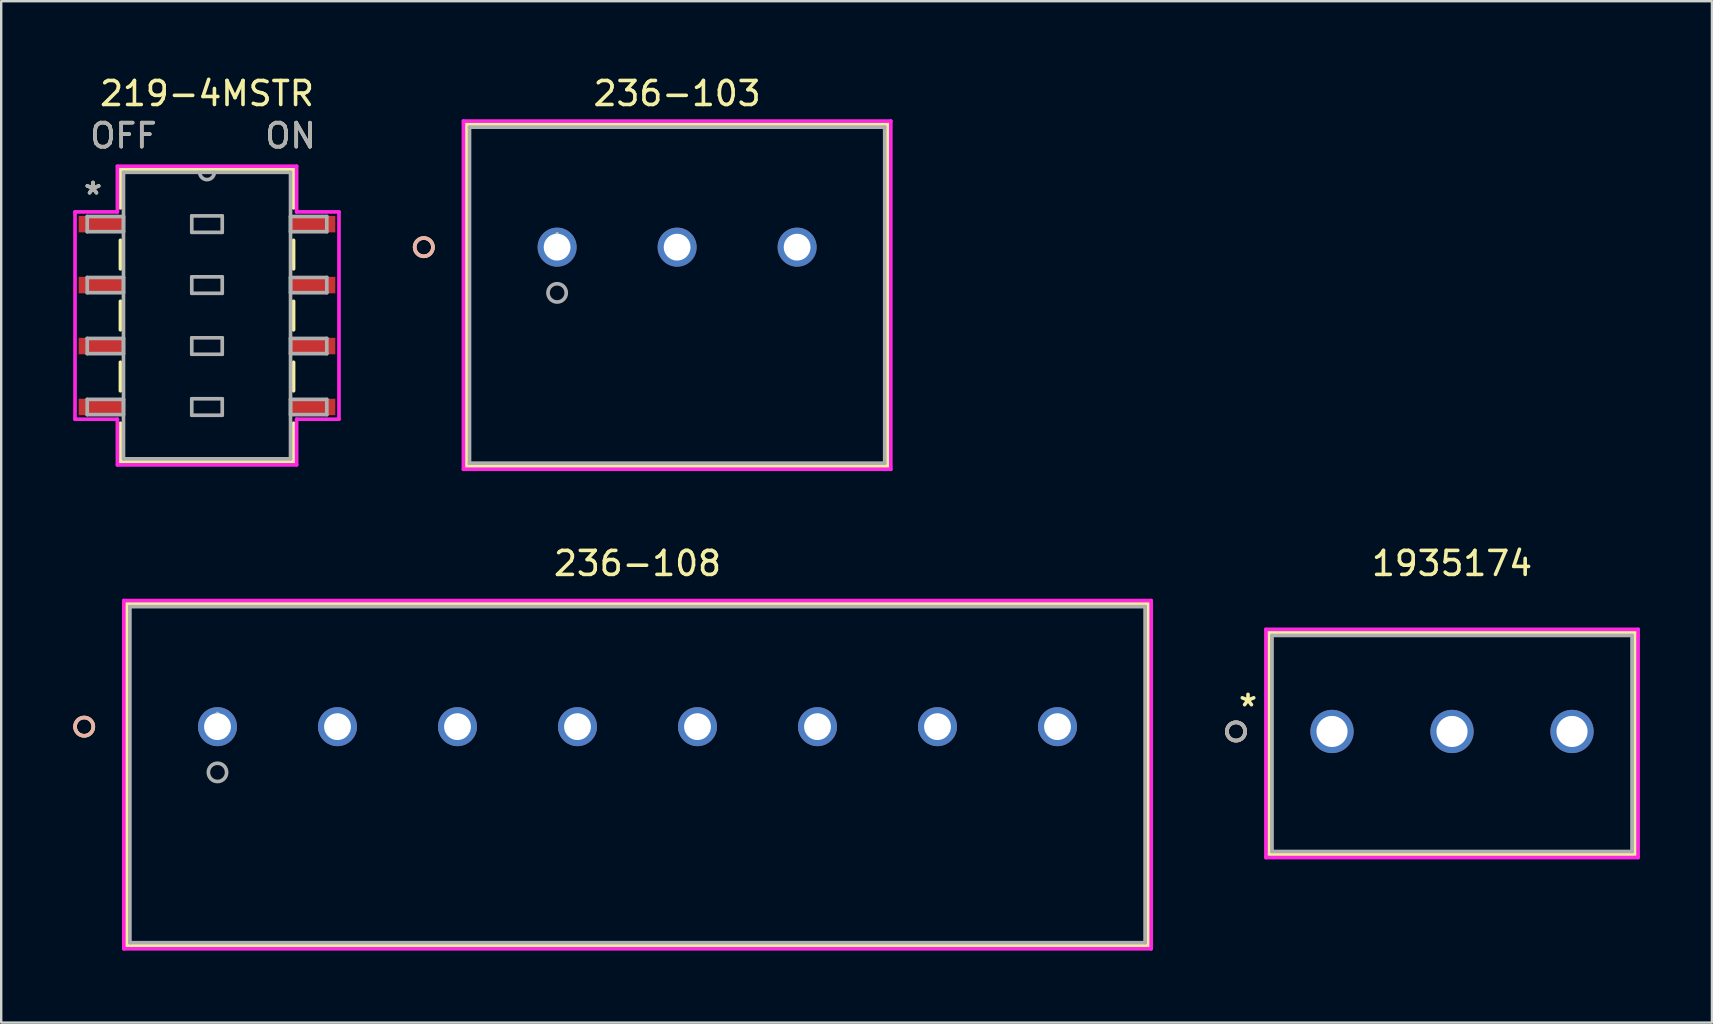
<source format=kicad_pcb>
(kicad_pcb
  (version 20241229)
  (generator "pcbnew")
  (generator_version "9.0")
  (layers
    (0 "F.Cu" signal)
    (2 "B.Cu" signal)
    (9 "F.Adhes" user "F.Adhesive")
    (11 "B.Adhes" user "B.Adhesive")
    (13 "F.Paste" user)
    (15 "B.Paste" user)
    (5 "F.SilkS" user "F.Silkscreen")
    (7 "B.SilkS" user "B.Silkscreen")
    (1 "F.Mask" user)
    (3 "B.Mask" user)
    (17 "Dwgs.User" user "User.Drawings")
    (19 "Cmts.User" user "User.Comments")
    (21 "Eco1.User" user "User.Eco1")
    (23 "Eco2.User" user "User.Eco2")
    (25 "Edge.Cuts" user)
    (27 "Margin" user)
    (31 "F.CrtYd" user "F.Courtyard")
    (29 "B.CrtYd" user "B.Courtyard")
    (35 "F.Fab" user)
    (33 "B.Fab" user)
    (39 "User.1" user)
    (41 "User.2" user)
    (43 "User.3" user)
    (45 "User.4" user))
  (footprint "1935174"
    (layer "F.Cu")
    (at 52.45 27.427)
    (property "Reference" "1935174" (at 5 -7 0) (layer "F.SilkS") (effects (font (size 1 1) (thickness 0.15))))
    (attr through_hole)
    (fp_line (start -2.627 -4.127) (end -2.627 5.127) (stroke (width 0.152) (type solid)) (layer "F.SilkS"))
    (fp_line (start -2.627 5.127) (end 12.627 5.127) (stroke (width 0.152) (type solid)) (layer "F.SilkS"))
    (fp_line (start 12.627 -4.127) (end -2.627 -4.127) (stroke (width 0.152) (type solid)) (layer "F.SilkS"))
    (fp_line (start 12.627 5.127) (end 12.627 -4.127) (stroke (width 0.152) (type solid)) (layer "F.SilkS"))
    (fp_circle (center -4 0) (end -3.619 0) (stroke (width 0.152) (type solid)) (fill no) (layer "F.SilkS"))
    (fp_circle (center -4 0) (end -3.619 0) (stroke (width 0.152) (type solid)) (fill no) (layer "B.SilkS"))
    (fp_line (start -2.754 -4.254) (end -2.754 5.254) (stroke (width 0.152) (type solid)) (layer "F.CrtYd"))
    (fp_line (start -2.754 5.254) (end 12.754 5.254) (stroke (width 0.152) (type solid)) (layer "F.CrtYd"))
    (fp_line (start 12.754 -4.254) (end -2.754 -4.254) (stroke (width 0.152) (type solid)) (layer "F.CrtYd"))
    (fp_line (start 12.754 5.254) (end 12.754 -4.254) (stroke (width 0.152) (type solid)) (layer "F.CrtYd"))
    (fp_line (start -2.5 -4) (end -2.5 5) (stroke (width 0.152) (type solid)) (layer "F.Fab"))
    (fp_line (start -2.5 5) (end 12.5 5) (stroke (width 0.152) (type solid)) (layer "F.Fab"))
    (fp_line (start 12.5 -4) (end -2.5 -4) (stroke (width 0.152) (type solid)) (layer "F.Fab"))
    (fp_line (start 12.5 5) (end 12.5 -4) (stroke (width 0.152) (type solid)) (layer "F.Fab"))
    (fp_circle (center -4 0) (end -3.619 0) (stroke (width 0.152) (type solid)) (fill no) (layer "F.Fab"))
    (fp_text user "*" (at -3.5 -1 0) (layer "F.SilkS") (effects (font (size 1 1) (thickness 0.15))))
    (fp_text user "Copyright 2016 Accelerated Designs. All rights reserved." (at 0 0 0) (layer "Cmts.User") (effects (font (size 0.127 0.127) (thickness 0.002))))
    (fp_text user "*" (at 0 0 0) (layer "F.Fab") (effects (font (size 1 1) (thickness 0.15))))
    (pad "1" thru_hole circle (at 0 0) (size 1.803 1.803) (drill 1.295) (layers "*.Cu" "*.Mask"))
    (pad "2" thru_hole circle (at 5 0) (size 1.803 1.803) (drill 1.295) (layers "*.Cu" "*.Mask"))
    (pad "3" thru_hole circle (at 10 0) (size 1.803 1.803) (drill 1.295) (layers "*.Cu" "*.Mask")))
  (footprint "236-103"
    (layer "F.Cu")
    (at 20.163 7.248)
    (property "Reference" "236-103" (at 5 -6.4 0) (layer "F.SilkS") (effects (font (size 1 1) (thickness 0.15))))
    (attr through_hole)
    (fp_line (start -3.777 -5.127) (end -3.777 9.127) (stroke (width 0.152) (type solid)) (layer "F.SilkS"))
    (fp_line (start -3.777 9.127) (end 13.777 9.127) (stroke (width 0.152) (type solid)) (layer "F.SilkS"))
    (fp_line (start 13.777 -5.127) (end -3.777 -5.127) (stroke (width 0.152) (type solid)) (layer "F.SilkS"))
    (fp_line (start 13.777 9.127) (end 13.777 -5.127) (stroke (width 0.152) (type solid)) (layer "F.SilkS"))
    (fp_circle (center -5.555 0) (end -5.174 0) (stroke (width 0.152) (type solid)) (fill no) (layer "F.SilkS"))
    (fp_circle (center -5.555 0) (end -5.174 0) (stroke (width 0.152) (type solid)) (fill no) (layer "B.SilkS"))
    (fp_line (start -3.904 -5.254) (end -3.904 9.254) (stroke (width 0.152) (type solid)) (layer "F.CrtYd"))
    (fp_line (start -3.904 9.254) (end 13.904 9.254) (stroke (width 0.152) (type solid)) (layer "F.CrtYd"))
    (fp_line (start 13.904 -5.254) (end -3.904 -5.254) (stroke (width 0.152) (type solid)) (layer "F.CrtYd"))
    (fp_line (start 13.904 9.254) (end 13.904 -5.254) (stroke (width 0.152) (type solid)) (layer "F.CrtYd"))
    (fp_line (start -3.65 -5) (end -3.65 9) (stroke (width 0.152) (type solid)) (layer "F.Fab"))
    (fp_line (start -3.65 9) (end 13.65 9) (stroke (width 0.152) (type solid)) (layer "F.Fab"))
    (fp_line (start 13.65 -5) (end -3.65 -5) (stroke (width 0.152) (type solid)) (layer "F.Fab"))
    (fp_line (start 13.65 9) (end 13.65 -5) (stroke (width 0.152) (type solid)) (layer "F.Fab"))
    (fp_circle (center 0 1.905) (end 0.381 1.905) (stroke (width 0.152) (type solid)) (fill no) (layer "F.Fab"))
    (fp_text user "*" (at 0 0 0) (layer "F.SilkS") (effects (font (size 1 1) (thickness 0.15))))
    (fp_text user "Copyright 2016 Accelerated Designs. All rights reserved." (at 0 0 0) (layer "Cmts.User") (effects (font (size 0.127 0.127) (thickness 0.002))))
    (fp_text user "*" (at 0 0 0) (layer "F.Fab") (effects (font (size 1 1) (thickness 0.15))))
    (pad "1" thru_hole circle (at 0 0) (size 1.626 1.626) (drill 1.118) (layers "*.Cu" "*.Mask"))
    (pad "2" thru_hole circle (at 5 0) (size 1.626 1.626) (drill 1.118) (layers "*.Cu" "*.Mask"))
    (pad "3" thru_hole circle (at 10 0) (size 1.626 1.626) (drill 1.118) (layers "*.Cu" "*.Mask")))
  (footprint "219-4MSTR"
    (layer "F.Cu")
    (at 5.575 10.098)
    (property "Reference" "219-4MSTR" (at 0 -9.25 0) (layer "F.SilkS") (effects (font (size 1 1) (thickness 0.15))))
    (attr through_hole)
    (fp_line (start -3.607 -6.096) (end -3.607 -4.486) (stroke (width 0.152) (type solid)) (layer "F.SilkS"))
    (fp_line (start -3.607 -3.134) (end -3.607 -1.946) (stroke (width 0.152) (type solid)) (layer "F.SilkS"))
    (fp_line (start -3.607 -0.594) (end -3.607 0.594) (stroke (width 0.152) (type solid)) (layer "F.SilkS"))
    (fp_line (start -3.607 1.946) (end -3.607 3.134) (stroke (width 0.152) (type solid)) (layer "F.SilkS"))
    (fp_line (start -3.607 4.486) (end -3.607 6.096) (stroke (width 0.152) (type solid)) (layer "F.SilkS"))
    (fp_line (start -3.607 6.096) (end 3.607 6.096) (stroke (width 0.152) (type solid)) (layer "F.SilkS"))
    (fp_line (start 3.607 -6.096) (end -3.607 -6.096) (stroke (width 0.152) (type solid)) (layer "F.SilkS"))
    (fp_line (start 3.607 -4.486) (end 3.607 -6.096) (stroke (width 0.152) (type solid)) (layer "F.SilkS"))
    (fp_line (start 3.607 -1.946) (end 3.607 -3.134) (stroke (width 0.152) (type solid)) (layer "F.SilkS"))
    (fp_line (start 3.607 0.594) (end 3.607 -0.594) (stroke (width 0.152) (type solid)) (layer "F.SilkS"))
    (fp_line (start 3.607 3.134) (end 3.607 1.946) (stroke (width 0.152) (type solid)) (layer "F.SilkS"))
    (fp_line (start 3.607 6.096) (end 3.607 4.486) (stroke (width 0.152) (type solid)) (layer "F.SilkS"))
    (fp_line (start -5.499 -4.318) (end -3.734 -4.318) (stroke (width 0.152) (type solid)) (layer "F.CrtYd"))
    (fp_line (start -5.499 4.318) (end -5.499 -4.318) (stroke (width 0.152) (type solid)) (layer "F.CrtYd"))
    (fp_line (start -3.734 -6.223) (end 3.734 -6.223) (stroke (width 0.152) (type solid)) (layer "F.CrtYd"))
    (fp_line (start -3.734 -4.318) (end -3.734 -6.223) (stroke (width 0.152) (type solid)) (layer "F.CrtYd"))
    (fp_line (start -3.734 4.318) (end -5.499 4.318) (stroke (width 0.152) (type solid)) (layer "F.CrtYd"))
    (fp_line (start -3.734 6.223) (end -3.734 4.318) (stroke (width 0.152) (type solid)) (layer "F.CrtYd"))
    (fp_line (start 3.734 -6.223) (end 3.734 -4.318) (stroke (width 0.152) (type solid)) (layer "F.CrtYd"))
    (fp_line (start 3.734 -4.318) (end 5.499 -4.318) (stroke (width 0.152) (type solid)) (layer "F.CrtYd"))
    (fp_line (start 3.734 4.318) (end 3.734 6.223) (stroke (width 0.152) (type solid)) (layer "F.CrtYd"))
    (fp_line (start 3.734 6.223) (end -3.734 6.223) (stroke (width 0.152) (type solid)) (layer "F.CrtYd"))
    (fp_line (start 5.499 -4.318) (end 5.499 4.318) (stroke (width 0.152) (type solid)) (layer "F.CrtYd"))
    (fp_line (start 5.499 4.318) (end 3.734 4.318) (stroke (width 0.152) (type solid)) (layer "F.CrtYd"))
    (fp_line (start -4.991 -4.128) (end -4.991 -3.493) (stroke (width 0.152) (type solid)) (layer "F.Fab"))
    (fp_line (start -4.991 -3.493) (end -3.48 -3.493) (stroke (width 0.152) (type solid)) (layer "F.Fab"))
    (fp_line (start -4.991 -1.587) (end -4.991 -0.953) (stroke (width 0.152) (type solid)) (layer "F.Fab"))
    (fp_line (start -4.991 -0.953) (end -3.48 -0.953) (stroke (width 0.152) (type solid)) (layer "F.Fab"))
    (fp_line (start -4.991 0.953) (end -4.991 1.587) (stroke (width 0.152) (type solid)) (layer "F.Fab"))
    (fp_line (start -4.991 1.587) (end -3.48 1.587) (stroke (width 0.152) (type solid)) (layer "F.Fab"))
    (fp_line (start -4.991 3.493) (end -4.991 4.128) (stroke (width 0.152) (type solid)) (layer "F.Fab"))
    (fp_line (start -4.991 4.128) (end -3.48 4.128) (stroke (width 0.152) (type solid)) (layer "F.Fab"))
    (fp_line (start -3.48 -5.969) (end -3.48 5.969) (stroke (width 0.152) (type solid)) (layer "F.Fab"))
    (fp_line (start -3.48 -4.128) (end -4.991 -4.128) (stroke (width 0.152) (type solid)) (layer "F.Fab"))
    (fp_line (start -3.48 -3.493) (end -3.48 -4.128) (stroke (width 0.152) (type solid)) (layer "F.Fab"))
    (fp_line (start -3.48 -1.587) (end -4.991 -1.587) (stroke (width 0.152) (type solid)) (layer "F.Fab"))
    (fp_line (start -3.48 -0.953) (end -3.48 -1.587) (stroke (width 0.152) (type solid)) (layer "F.Fab"))
    (fp_line (start -3.48 0.953) (end -4.991 0.953) (stroke (width 0.152) (type solid)) (layer "F.Fab"))
    (fp_line (start -3.48 1.587) (end -3.48 0.953) (stroke (width 0.152) (type solid)) (layer "F.Fab"))
    (fp_line (start -3.48 3.493) (end -4.991 3.493) (stroke (width 0.152) (type solid)) (layer "F.Fab"))
    (fp_line (start -3.48 4.128) (end -3.48 3.493) (stroke (width 0.152) (type solid)) (layer "F.Fab"))
    (fp_line (start -3.48 5.969) (end 3.48 5.969) (stroke (width 0.152) (type solid)) (layer "F.Fab"))
    (fp_line (start -0.635 -4.153) (end 0.635 -4.153) (stroke (width 0.152) (type solid)) (layer "F.Fab"))
    (fp_line (start -0.635 -3.467) (end -0.635 -4.153) (stroke (width 0.152) (type solid)) (layer "F.Fab"))
    (fp_line (start -0.635 -1.613) (end 0.635 -1.613) (stroke (width 0.152) (type solid)) (layer "F.Fab"))
    (fp_line (start -0.635 -0.927) (end -0.635 -1.613) (stroke (width 0.152) (type solid)) (layer "F.Fab"))
    (fp_line (start -0.635 0.927) (end 0.635 0.927) (stroke (width 0.152) (type solid)) (layer "F.Fab"))
    (fp_line (start -0.635 1.613) (end -0.635 0.927) (stroke (width 0.152) (type solid)) (layer "F.Fab"))
    (fp_line (start -0.635 3.467) (end 0.635 3.467) (stroke (width 0.152) (type solid)) (layer "F.Fab"))
    (fp_line (start -0.635 4.153) (end -0.635 3.467) (stroke (width 0.152) (type solid)) (layer "F.Fab"))
    (fp_line (start 0.635 -4.153) (end 0.635 -3.467) (stroke (width 0.152) (type solid)) (layer "F.Fab"))
    (fp_line (start 0.635 -3.467) (end -0.635 -3.467) (stroke (width 0.152) (type solid)) (layer "F.Fab"))
    (fp_line (start 0.635 -1.613) (end 0.635 -0.927) (stroke (width 0.152) (type solid)) (layer "F.Fab"))
    (fp_line (start 0.635 -0.927) (end -0.635 -0.927) (stroke (width 0.152) (type solid)) (layer "F.Fab"))
    (fp_line (start 0.635 0.927) (end 0.635 1.613) (stroke (width 0.152) (type solid)) (layer "F.Fab"))
    (fp_line (start 0.635 1.613) (end -0.635 1.613) (stroke (width 0.152) (type solid)) (layer "F.Fab"))
    (fp_line (start 0.635 3.467) (end 0.635 4.153) (stroke (width 0.152) (type solid)) (layer "F.Fab"))
    (fp_line (start 0.635 4.153) (end -0.635 4.153) (stroke (width 0.152) (type solid)) (layer "F.Fab"))
    (fp_line (start 3.48 -5.969) (end -3.48 -5.969) (stroke (width 0.152) (type solid)) (layer "F.Fab"))
    (fp_line (start 3.48 -4.128) (end 3.48 -3.493) (stroke (width 0.152) (type solid)) (layer "F.Fab"))
    (fp_line (start 3.48 -3.493) (end 4.991 -3.493) (stroke (width 0.152) (type solid)) (layer "F.Fab"))
    (fp_line (start 3.48 -1.587) (end 3.48 -0.953) (stroke (width 0.152) (type solid)) (layer "F.Fab"))
    (fp_line (start 3.48 -0.953) (end 4.991 -0.953) (stroke (width 0.152) (type solid)) (layer "F.Fab"))
    (fp_line (start 3.48 0.953) (end 3.48 1.587) (stroke (width 0.152) (type solid)) (layer "F.Fab"))
    (fp_line (start 3.48 1.587) (end 4.991 1.587) (stroke (width 0.152) (type solid)) (layer "F.Fab"))
    (fp_line (start 3.48 3.493) (end 3.48 4.128) (stroke (width 0.152) (type solid)) (layer "F.Fab"))
    (fp_line (start 3.48 4.128) (end 4.991 4.128) (stroke (width 0.152) (type solid)) (layer "F.Fab"))
    (fp_line (start 3.48 5.969) (end 3.48 -5.969) (stroke (width 0.152) (type solid)) (layer "F.Fab"))
    (fp_line (start 4.991 -4.128) (end 3.48 -4.128) (stroke (width 0.152) (type solid)) (layer "F.Fab"))
    (fp_line (start 4.991 -3.493) (end 4.991 -4.128) (stroke (width 0.152) (type solid)) (layer "F.Fab"))
    (fp_line (start 4.991 -1.587) (end 3.48 -1.587) (stroke (width 0.152) (type solid)) (layer "F.Fab"))
    (fp_line (start 4.991 -0.953) (end 4.991 -1.587) (stroke (width 0.152) (type solid)) (layer "F.Fab"))
    (fp_line (start 4.991 0.953) (end 3.48 0.953) (stroke (width 0.152) (type solid)) (layer "F.Fab"))
    (fp_line (start 4.991 1.587) (end 4.991 0.953) (stroke (width 0.152) (type solid)) (layer "F.Fab"))
    (fp_line (start 4.991 3.493) (end 3.48 3.493) (stroke (width 0.152) (type solid)) (layer "F.Fab"))
    (fp_line (start 4.991 4.128) (end 4.991 3.493) (stroke (width 0.152) (type solid)) (layer "F.Fab"))
    (fp_arc (start 0.3048 -5.969) (mid 0 -5.6642) (end -0.3048 -5.969) (stroke (width 0.1524) (type solid)) (layer "F.Fab"))
    (fp_text user "OFF" (at -3.48 -7.493 0) (layer "F.SilkS") (effects (font (size 1 1) (thickness 0.15))))
    (fp_text user "ON" (at 3.48 -7.493 0) (layer "F.SilkS") (effects (font (size 1 1) (thickness 0.15))))
    (fp_text user "*" (at -4.75 -5 0) (layer "F.SilkS") (effects (font (size 1 1) (thickness 0.15))))
    (fp_text user "ON" (at 3.48 -7.493 0) (layer "F.Fab") (effects (font (size 1 1) (thickness 0.15))))
    (fp_text user "*" (at -4.75 -5 0) (layer "F.Fab") (effects (font (size 1 1) (thickness 0.15))))
    (fp_text user "OFF" (at -3.48 -7.493 0) (layer "F.Fab") (effects (font (size 1 1) (thickness 0.15))))
    (pad "1" smd rect (at -4.445 -3.81) (size 1.803 0.686) (layers "F.Cu" "F.Mask" "F.Paste"))
    (pad "2" smd rect (at -4.445 -1.27) (size 1.803 0.686) (layers "F.Cu" "F.Mask" "F.Paste"))
    (pad "3" smd rect (at -4.445 1.27) (size 1.803 0.686) (layers "F.Cu" "F.Mask" "F.Paste"))
    (pad "4" smd rect (at -4.445 3.81) (size 1.803 0.686) (layers "F.Cu" "F.Mask" "F.Paste"))
    (pad "5" smd rect (at 4.445 3.81) (size 1.803 0.686) (layers "F.Cu" "F.Mask" "F.Paste"))
    (pad "6" smd rect (at 4.445 1.27) (size 1.803 0.686) (layers "F.Cu" "F.Mask" "F.Paste"))
    (pad "7" smd rect (at 4.445 -1.27) (size 1.803 0.686) (layers "F.Cu" "F.Mask" "F.Paste"))
    (pad "8" smd rect (at 4.445 -3.81) (size 1.803 0.686) (layers "F.Cu" "F.Mask" "F.Paste")))
  (footprint "236-108"
    (layer "F.Cu")
    (at 6.012 27.227)
    (property "Reference" "236-108" (at 17.5 -6.8 0) (layer "F.SilkS") (effects (font (size 1 1) (thickness 0.15))))
    (attr through_hole)
    (fp_line (start -3.777 -5.127) (end -3.777 9.127) (stroke (width 0.152) (type solid)) (layer "F.SilkS"))
    (fp_line (start -3.777 9.127) (end 38.777 9.127) (stroke (width 0.152) (type solid)) (layer "F.SilkS"))
    (fp_line (start 38.777 -5.127) (end -3.777 -5.127) (stroke (width 0.152) (type solid)) (layer "F.SilkS"))
    (fp_line (start 38.777 9.127) (end 38.777 -5.127) (stroke (width 0.152) (type solid)) (layer "F.SilkS"))
    (fp_circle (center -5.555 0) (end -5.174 0) (stroke (width 0.152) (type solid)) (fill no) (layer "F.SilkS"))
    (fp_circle (center -5.555 0) (end -5.174 0) (stroke (width 0.152) (type solid)) (fill no) (layer "B.SilkS"))
    (fp_line (start -3.904 -5.254) (end -3.904 9.254) (stroke (width 0.152) (type solid)) (layer "F.CrtYd"))
    (fp_line (start -3.904 9.254) (end 38.904 9.254) (stroke (width 0.152) (type solid)) (layer "F.CrtYd"))
    (fp_line (start 38.904 -5.254) (end -3.904 -5.254) (stroke (width 0.152) (type solid)) (layer "F.CrtYd"))
    (fp_line (start 38.904 9.254) (end 38.904 -5.254) (stroke (width 0.152) (type solid)) (layer "F.CrtYd"))
    (fp_line (start -3.65 -5) (end -3.65 9) (stroke (width 0.152) (type solid)) (layer "F.Fab"))
    (fp_line (start -3.65 9) (end 38.65 9) (stroke (width 0.152) (type solid)) (layer "F.Fab"))
    (fp_line (start 38.65 -5) (end -3.65 -5) (stroke (width 0.152) (type solid)) (layer "F.Fab"))
    (fp_line (start 38.65 9) (end 38.65 -5) (stroke (width 0.152) (type solid)) (layer "F.Fab"))
    (fp_circle (center 0 1.905) (end 0.381 1.905) (stroke (width 0.152) (type solid)) (fill no) (layer "F.Fab"))
    (fp_text user "*" (at 0 0 0) (layer "F.SilkS") (effects (font (size 1 1) (thickness 0.15))))
    (fp_text user "Copyright 2016 Accelerated Designs. All rights reserved." (at 0 0 0) (layer "Cmts.User") (effects (font (size 0.127 0.127) (thickness 0.002))))
    (fp_text user "*" (at 0 0 0) (layer "F.Fab") (effects (font (size 1 1) (thickness 0.15))))
    (pad "1" thru_hole circle (at -0.000001 0) (size 1.626 1.626) (drill 1.118) (layers "*.Cu" "*.Mask"))
    (pad "2" thru_hole circle (at 5 0) (size 1.626 1.626) (drill 1.118) (layers "*.Cu" "*.Mask"))
    (pad "3" thru_hole circle (at 10 0) (size 1.626 1.626) (drill 1.118) (layers "*.Cu" "*.Mask"))
    (pad "4" thru_hole circle (at 15 0) (size 1.626 1.626) (drill 1.118) (layers "*.Cu" "*.Mask"))
    (pad "5" thru_hole circle (at 20 0) (size 1.626 1.626) (drill 1.118) (layers "*.Cu" "*.Mask"))
    (pad "6" thru_hole circle (at 25 0) (size 1.626 1.626) (drill 1.118) (layers "*.Cu" "*.Mask"))
    (pad "7" thru_hole circle (at 30 0) (size 1.626 1.626) (drill 1.118) (layers "*.Cu" "*.Mask"))
    (pad "8" thru_hole circle (at 35 0) (size 1.626 1.626) (drill 1.118) (layers "*.Cu" "*.Mask")))
  (gr_rect
    (start -3 -3)
    (end 68.28 39.557)
    (stroke (width 0.1) (type default))
    (fill no)
    (layer "Edge.Cuts")))
</source>
